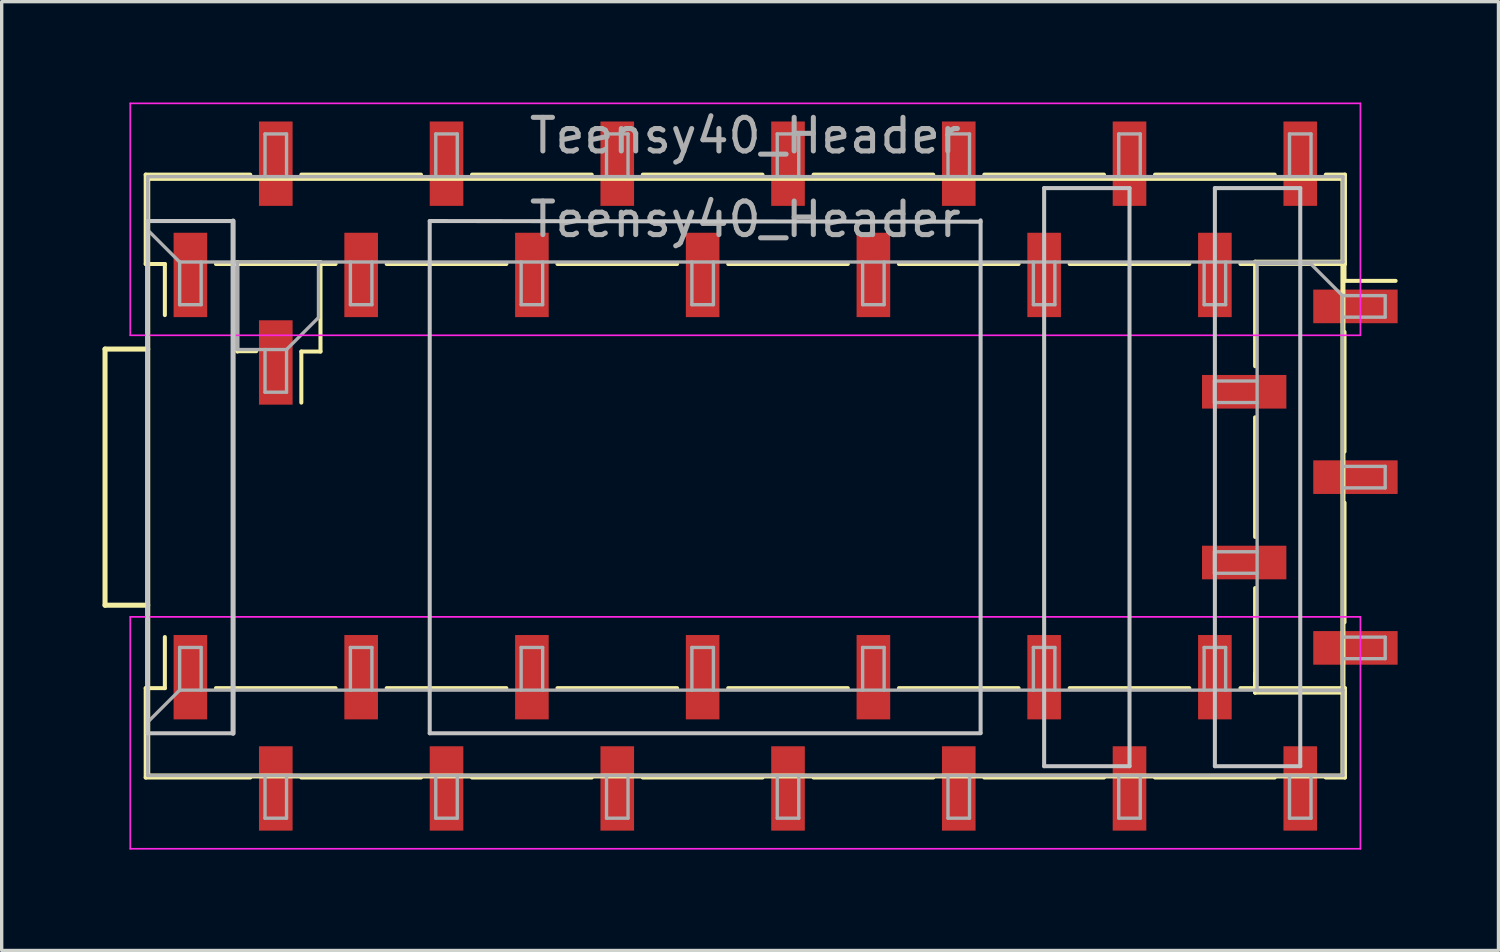
<source format=kicad_pcb>
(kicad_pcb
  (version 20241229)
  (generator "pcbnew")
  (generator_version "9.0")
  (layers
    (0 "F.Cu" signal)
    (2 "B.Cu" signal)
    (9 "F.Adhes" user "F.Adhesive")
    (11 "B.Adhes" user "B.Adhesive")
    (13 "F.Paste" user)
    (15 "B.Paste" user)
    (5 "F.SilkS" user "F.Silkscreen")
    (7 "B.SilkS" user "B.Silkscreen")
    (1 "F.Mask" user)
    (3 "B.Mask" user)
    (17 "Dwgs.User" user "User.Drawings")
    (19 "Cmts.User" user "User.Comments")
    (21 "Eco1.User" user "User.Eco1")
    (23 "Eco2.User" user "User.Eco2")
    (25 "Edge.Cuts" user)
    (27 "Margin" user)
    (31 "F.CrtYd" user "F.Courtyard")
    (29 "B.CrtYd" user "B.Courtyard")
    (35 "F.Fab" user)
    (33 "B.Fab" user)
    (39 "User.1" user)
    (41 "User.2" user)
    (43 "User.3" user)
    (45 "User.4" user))
  (footprint "Teensy40_Header"
    (layer "F.Cu")
    (at 19.125 11.146)
    (property "Reference" "Teensy40_Header" (at 0 -10.16 0) (layer "F.Fab") (effects (font (size 1 1) (thickness 0.15))))
    (attr through_hole)
    (fp_line (start -19.05 -3.81) (end -19.05 3.81) (stroke (width 0.15) (type solid)) (layer "F.SilkS"))
    (fp_line (start -19.05 3.81) (end -17.78 3.81) (stroke (width 0.15) (type solid)) (layer "F.SilkS"))
    (fp_line (start -17.84 -9.001) (end -14.73 -9.001) (stroke (width 0.12) (type solid)) (layer "F.SilkS"))
    (fp_line (start -17.84 -6.341) (end -17.84 -9.001) (stroke (width 0.12) (type solid)) (layer "F.SilkS"))
    (fp_line (start -17.84 -6.341) (end -17.27 -6.341) (stroke (width 0.12) (type solid)) (layer "F.SilkS"))
    (fp_line (start -17.84 6.277) (end -17.27 6.277) (stroke (width 0.12) (type solid)) (layer "F.SilkS"))
    (fp_line (start -17.84 8.937) (end -17.84 6.277) (stroke (width 0.12) (type solid)) (layer "F.SilkS"))
    (fp_line (start -17.84 8.937) (end -14.73 8.937) (stroke (width 0.12) (type solid)) (layer "F.SilkS"))
    (fp_line (start -17.78 -8.89) (end -17.78 8.89) (stroke (width 0.15) (type solid)) (layer "F.SilkS"))
    (fp_line (start -17.78 -3.81) (end -19.05 -3.81) (stroke (width 0.15) (type solid)) (layer "F.SilkS"))
    (fp_line (start -17.78 8.89) (end 17.78 8.89) (stroke (width 0.15) (type solid)) (layer "F.SilkS"))
    (fp_line (start -17.27 -6.341) (end -17.27 -4.821) (stroke (width 0.12) (type solid)) (layer "F.SilkS"))
    (fp_line (start -17.27 6.277) (end -17.27 4.757) (stroke (width 0.12) (type solid)) (layer "F.SilkS"))
    (fp_line (start -15.75 -6.341) (end -12.19 -6.341) (stroke (width 0.12) (type solid)) (layer "F.SilkS"))
    (fp_line (start -15.75 6.277) (end -12.19 6.277) (stroke (width 0.12) (type solid)) (layer "F.SilkS"))
    (fp_line (start -15.113 -3.737) (end -15.113 -6.397) (stroke (width 0.12) (type solid)) (layer "F.SilkS"))
    (fp_line (start -14.552 -3.747) (end -15.113 -3.747) (stroke (width 0.12) (type solid)) (layer "F.SilkS"))
    (fp_line (start -13.21 -9.001) (end -9.65 -9.001) (stroke (width 0.12) (type solid)) (layer "F.SilkS"))
    (fp_line (start -13.21 -3.737) (end -13.21 -2.217) (stroke (width 0.12) (type solid)) (layer "F.SilkS"))
    (fp_line (start -13.21 8.937) (end -9.65 8.937) (stroke (width 0.12) (type solid)) (layer "F.SilkS"))
    (fp_line (start -12.64 -6.397) (end -15.138 -6.388) (stroke (width 0.12) (type solid)) (layer "F.SilkS"))
    (fp_line (start -12.64 -3.737) (end -13.21 -3.737) (stroke (width 0.12) (type solid)) (layer "F.SilkS"))
    (fp_line (start -12.64 -3.737) (end -12.64 -6.397) (stroke (width 0.12) (type solid)) (layer "F.SilkS"))
    (fp_line (start -10.67 -6.341) (end -7.11 -6.341) (stroke (width 0.12) (type solid)) (layer "F.SilkS"))
    (fp_line (start -10.67 6.277) (end -7.11 6.277) (stroke (width 0.12) (type solid)) (layer "F.SilkS"))
    (fp_line (start -8.13 -9.001) (end -4.57 -9.001) (stroke (width 0.12) (type solid)) (layer "F.SilkS"))
    (fp_line (start -8.13 8.937) (end -4.57 8.937) (stroke (width 0.12) (type solid)) (layer "F.SilkS"))
    (fp_line (start -5.59 -6.341) (end -2.03 -6.341) (stroke (width 0.12) (type solid)) (layer "F.SilkS"))
    (fp_line (start -5.59 6.277) (end -2.03 6.277) (stroke (width 0.12) (type solid)) (layer "F.SilkS"))
    (fp_line (start -3.05 -9.001) (end 0.51 -9.001) (stroke (width 0.12) (type solid)) (layer "F.SilkS"))
    (fp_line (start -3.05 8.937) (end 0.51 8.937) (stroke (width 0.12) (type solid)) (layer "F.SilkS"))
    (fp_line (start -0.51 -6.341) (end 3.05 -6.341) (stroke (width 0.12) (type solid)) (layer "F.SilkS"))
    (fp_line (start -0.51 6.277) (end 3.05 6.277) (stroke (width 0.12) (type solid)) (layer "F.SilkS"))
    (fp_line (start 2.03 -9.001) (end 5.59 -9.001) (stroke (width 0.12) (type solid)) (layer "F.SilkS"))
    (fp_line (start 2.03 8.937) (end 5.59 8.937) (stroke (width 0.12) (type solid)) (layer "F.SilkS"))
    (fp_line (start 4.57 -6.341) (end 8.13 -6.341) (stroke (width 0.12) (type solid)) (layer "F.SilkS"))
    (fp_line (start 4.57 6.277) (end 8.13 6.277) (stroke (width 0.12) (type solid)) (layer "F.SilkS"))
    (fp_line (start 7.11 -9.001) (end 10.67 -9.001) (stroke (width 0.12) (type solid)) (layer "F.SilkS"))
    (fp_line (start 7.11 8.937) (end 10.67 8.937) (stroke (width 0.12) (type solid)) (layer "F.SilkS"))
    (fp_line (start 9.65 -6.341) (end 13.21 -6.341) (stroke (width 0.12) (type solid)) (layer "F.SilkS"))
    (fp_line (start 9.65 6.277) (end 13.21 6.277) (stroke (width 0.12) (type solid)) (layer "F.SilkS"))
    (fp_line (start 12.19 -9.001) (end 15.75 -9.001) (stroke (width 0.12) (type solid)) (layer "F.SilkS"))
    (fp_line (start 12.19 8.937) (end 15.75 8.937) (stroke (width 0.12) (type solid)) (layer "F.SilkS"))
    (fp_line (start 14.73 -6.341) (end 17.84 -6.341) (stroke (width 0.12) (type solid)) (layer "F.SilkS"))
    (fp_line (start 14.73 6.277) (end 17.84 6.277) (stroke (width 0.12) (type solid)) (layer "F.SilkS"))
    (fp_line (start 15.167 -6.41) (end 15.167 -3.3) (stroke (width 0.12) (type solid)) (layer "F.SilkS"))
    (fp_line (start 15.167 -6.41) (end 17.827 -6.41) (stroke (width 0.12) (type solid)) (layer "F.SilkS"))
    (fp_line (start 15.167 -1.78) (end 15.167 1.78) (stroke (width 0.12) (type solid)) (layer "F.SilkS"))
    (fp_line (start 15.167 3.3) (end 15.167 6.41) (stroke (width 0.12) (type solid)) (layer "F.SilkS"))
    (fp_line (start 15.167 5.84) (end 15.167 6.41) (stroke (width 0.12) (type solid)) (layer "F.SilkS"))
    (fp_line (start 15.167 6.41) (end 17.827 6.41) (stroke (width 0.12) (type solid)) (layer "F.SilkS"))
    (fp_line (start 17.27 -9.001) (end 17.84 -9.001) (stroke (width 0.12) (type solid)) (layer "F.SilkS"))
    (fp_line (start 17.27 8.937) (end 17.84 8.937) (stroke (width 0.12) (type solid)) (layer "F.SilkS"))
    (fp_line (start 17.78 -8.89) (end -17.78 -8.89) (stroke (width 0.15) (type solid)) (layer "F.SilkS"))
    (fp_line (start 17.78 8.89) (end 17.78 -8.89) (stroke (width 0.15) (type solid)) (layer "F.SilkS"))
    (fp_line (start 17.827 -6.41) (end 17.827 -5.84) (stroke (width 0.12) (type solid)) (layer "F.SilkS"))
    (fp_line (start 17.827 -5.84) (end 19.347 -5.84) (stroke (width 0.12) (type solid)) (layer "F.SilkS"))
    (fp_line (start 17.827 -4.32) (end 17.827 -0.76) (stroke (width 0.12) (type solid)) (layer "F.SilkS"))
    (fp_line (start 17.827 0.76) (end 17.827 4.32) (stroke (width 0.12) (type solid)) (layer "F.SilkS"))
    (fp_line (start 17.84 -6.341) (end 17.84 -9.001) (stroke (width 0.12) (type solid)) (layer "F.SilkS"))
    (fp_line (start 17.84 8.937) (end 17.84 6.277) (stroke (width 0.12) (type solid)) (layer "F.SilkS"))
    (fp_line (start -17.78 -7.62) (end -17.78 7.62) (stroke (width 0.12) (type solid)) (layer "Dwgs.User"))
    (fp_line (start -17.78 -7.62) (end -15.24 -7.62) (stroke (width 0.12) (type solid)) (layer "Dwgs.User"))
    (fp_line (start -17.78 7.62) (end -15.24 7.62) (stroke (width 0.12) (type solid)) (layer "Dwgs.User"))
    (fp_line (start -15.24 -7.62) (end -15.24 7.62) (stroke (width 0.15) (type solid)) (layer "Dwgs.User"))
    (fp_line (start -9.39 -7.62) (end -9.39 7.62) (stroke (width 0.12) (type solid)) (layer "Dwgs.User"))
    (fp_line (start -9.39 -7.62) (end 7 -7.6) (stroke (width 0.12) (type solid)) (layer "Dwgs.User"))
    (fp_line (start -9.39 7.62) (end 7 7.62) (stroke (width 0.12) (type solid)) (layer "Dwgs.User"))
    (fp_line (start 7 -7.64) (end 7 7.6) (stroke (width 0.12) (type solid)) (layer "Dwgs.User"))
    (fp_line (start 8.89 -8.6) (end 8.89 8.6) (stroke (width 0.12) (type solid)) (layer "Dwgs.User"))
    (fp_line (start 8.89 8.6) (end 11.43 8.6) (stroke (width 0.12) (type solid)) (layer "Dwgs.User"))
    (fp_line (start 11.43 -8.6) (end 8.89 -8.6) (stroke (width 0.12) (type solid)) (layer "Dwgs.User"))
    (fp_line (start 11.43 8.6) (end 11.43 -8.6) (stroke (width 0.12) (type solid)) (layer "Dwgs.User"))
    (fp_line (start 13.97 -8.6) (end 16.51 -8.6) (stroke (width 0.12) (type solid)) (layer "Dwgs.User"))
    (fp_line (start 13.97 8.6) (end 13.97 -8.6) (stroke (width 0.12) (type solid)) (layer "Dwgs.User"))
    (fp_line (start 16.51 -8.6) (end 16.51 8.6) (stroke (width 0.12) (type solid)) (layer "Dwgs.User"))
    (fp_line (start 16.51 8.6) (end 13.97 8.6) (stroke (width 0.12) (type solid)) (layer "Dwgs.User"))
    (fp_line (start -18.3 -11.121) (end -18.3 -4.221) (stroke (width 0.05) (type solid)) (layer "F.CrtYd"))
    (fp_line (start -18.3 -4.221) (end 18.3 -4.221) (stroke (width 0.05) (type solid)) (layer "F.CrtYd"))
    (fp_line (start -18.3 4.157) (end -18.3 11.057) (stroke (width 0.05) (type solid)) (layer "F.CrtYd"))
    (fp_line (start -18.3 11.057) (end 18.3 11.057) (stroke (width 0.05) (type solid)) (layer "F.CrtYd"))
    (fp_line (start 18.3 -11.121) (end -18.3 -11.121) (stroke (width 0.05) (type solid)) (layer "F.CrtYd"))
    (fp_line (start 18.3 -4.221) (end 18.3 -11.121) (stroke (width 0.05) (type solid)) (layer "F.CrtYd"))
    (fp_line (start 18.3 4.157) (end -18.3 4.157) (stroke (width 0.05) (type solid)) (layer "F.CrtYd"))
    (fp_line (start 18.3 11.057) (end 18.3 4.157) (stroke (width 0.05) (type solid)) (layer "F.CrtYd"))
    (fp_line (start -17.78 -8.941) (end 17.78 -8.941) (stroke (width 0.1) (type solid)) (layer "F.Fab"))
    (fp_line (start -17.78 -7.351) (end -17.78 -8.941) (stroke (width 0.1) (type solid)) (layer "F.Fab"))
    (fp_line (start -17.78 8.877) (end -17.78 7.287) (stroke (width 0.1) (type solid)) (layer "F.Fab"))
    (fp_line (start -17.78 8.877) (end 17.78 8.877) (stroke (width 0.1) (type solid)) (layer "F.Fab"))
    (fp_line (start -16.83 -6.401) (end -17.78 -7.351) (stroke (width 0.1) (type solid)) (layer "F.Fab"))
    (fp_line (start -16.83 -6.401) (end -16.83 -5.131) (stroke (width 0.1) (type solid)) (layer "F.Fab"))
    (fp_line (start -16.83 -5.131) (end -16.19 -5.131) (stroke (width 0.1) (type solid)) (layer "F.Fab"))
    (fp_line (start -16.83 5.067) (end -16.19 5.067) (stroke (width 0.1) (type solid)) (layer "F.Fab"))
    (fp_line (start -16.83 6.337) (end -17.78 7.287) (stroke (width 0.1) (type solid)) (layer "F.Fab"))
    (fp_line (start -16.83 6.337) (end -16.83 5.067) (stroke (width 0.1) (type solid)) (layer "F.Fab"))
    (fp_line (start -16.19 -5.131) (end -16.19 -6.401) (stroke (width 0.1) (type solid)) (layer "F.Fab"))
    (fp_line (start -16.19 5.067) (end -16.19 6.337) (stroke (width 0.1) (type solid)) (layer "F.Fab"))
    (fp_line (start -15.113 -6.363) (end -15.113 -3.823) (stroke (width 0.1) (type solid)) (layer "F.Fab"))
    (fp_line (start -15.113 -3.797) (end -13.65 -3.797) (stroke (width 0.1) (type solid)) (layer "F.Fab"))
    (fp_line (start -14.29 -10.211) (end -13.65 -10.211) (stroke (width 0.1) (type solid)) (layer "F.Fab"))
    (fp_line (start -14.29 -8.941) (end -14.29 -10.211) (stroke (width 0.1) (type solid)) (layer "F.Fab"))
    (fp_line (start -14.29 -2.527) (end -14.29 -3.797) (stroke (width 0.1) (type solid)) (layer "F.Fab"))
    (fp_line (start -14.29 8.877) (end -14.29 10.147) (stroke (width 0.1) (type solid)) (layer "F.Fab"))
    (fp_line (start -14.29 10.147) (end -13.65 10.147) (stroke (width 0.1) (type solid)) (layer "F.Fab"))
    (fp_line (start -13.65 -10.211) (end -13.65 -8.941) (stroke (width 0.1) (type solid)) (layer "F.Fab"))
    (fp_line (start -13.65 -3.797) (end -13.65 -2.527) (stroke (width 0.1) (type solid)) (layer "F.Fab"))
    (fp_line (start -13.65 -3.797) (end -12.7 -4.747) (stroke (width 0.1) (type solid)) (layer "F.Fab"))
    (fp_line (start -13.65 -2.527) (end -14.29 -2.527) (stroke (width 0.1) (type solid)) (layer "F.Fab"))
    (fp_line (start -13.65 10.147) (end -13.65 8.877) (stroke (width 0.1) (type solid)) (layer "F.Fab"))
    (fp_line (start -12.7 -4.747) (end -12.7 -6.337) (stroke (width 0.1) (type solid)) (layer "F.Fab"))
    (fp_line (start -11.75 -6.401) (end -11.75 -5.131) (stroke (width 0.1) (type solid)) (layer "F.Fab"))
    (fp_line (start -11.75 -5.131) (end -11.11 -5.131) (stroke (width 0.1) (type solid)) (layer "F.Fab"))
    (fp_line (start -11.75 5.067) (end -11.11 5.067) (stroke (width 0.1) (type solid)) (layer "F.Fab"))
    (fp_line (start -11.75 6.337) (end -11.75 5.067) (stroke (width 0.1) (type solid)) (layer "F.Fab"))
    (fp_line (start -11.11 -5.131) (end -11.11 -6.401) (stroke (width 0.1) (type solid)) (layer "F.Fab"))
    (fp_line (start -11.11 5.067) (end -11.11 6.337) (stroke (width 0.1) (type solid)) (layer "F.Fab"))
    (fp_line (start -9.21 -10.211) (end -8.57 -10.211) (stroke (width 0.1) (type solid)) (layer "F.Fab"))
    (fp_line (start -9.21 -8.941) (end -9.21 -10.211) (stroke (width 0.1) (type solid)) (layer "F.Fab"))
    (fp_line (start -9.21 8.877) (end -9.21 10.147) (stroke (width 0.1) (type solid)) (layer "F.Fab"))
    (fp_line (start -9.21 10.147) (end -8.57 10.147) (stroke (width 0.1) (type solid)) (layer "F.Fab"))
    (fp_line (start -8.57 -10.211) (end -8.57 -8.941) (stroke (width 0.1) (type solid)) (layer "F.Fab"))
    (fp_line (start -8.57 10.147) (end -8.57 8.877) (stroke (width 0.1) (type solid)) (layer "F.Fab"))
    (fp_line (start -6.67 -6.401) (end -6.67 -5.131) (stroke (width 0.1) (type solid)) (layer "F.Fab"))
    (fp_line (start -6.67 -5.131) (end -6.03 -5.131) (stroke (width 0.1) (type solid)) (layer "F.Fab"))
    (fp_line (start -6.67 5.067) (end -6.03 5.067) (stroke (width 0.1) (type solid)) (layer "F.Fab"))
    (fp_line (start -6.67 6.337) (end -6.67 5.067) (stroke (width 0.1) (type solid)) (layer "F.Fab"))
    (fp_line (start -6.03 -5.131) (end -6.03 -6.401) (stroke (width 0.1) (type solid)) (layer "F.Fab"))
    (fp_line (start -6.03 5.067) (end -6.03 6.337) (stroke (width 0.1) (type solid)) (layer "F.Fab"))
    (fp_line (start -4.13 -10.211) (end -3.49 -10.211) (stroke (width 0.1) (type solid)) (layer "F.Fab"))
    (fp_line (start -4.13 -8.941) (end -4.13 -10.211) (stroke (width 0.1) (type solid)) (layer "F.Fab"))
    (fp_line (start -4.13 8.877) (end -4.13 10.147) (stroke (width 0.1) (type solid)) (layer "F.Fab"))
    (fp_line (start -4.13 10.147) (end -3.49 10.147) (stroke (width 0.1) (type solid)) (layer "F.Fab"))
    (fp_line (start -3.49 -10.211) (end -3.49 -8.941) (stroke (width 0.1) (type solid)) (layer "F.Fab"))
    (fp_line (start -3.49 10.147) (end -3.49 8.877) (stroke (width 0.1) (type solid)) (layer "F.Fab"))
    (fp_line (start -1.59 -6.401) (end -1.59 -5.131) (stroke (width 0.1) (type solid)) (layer "F.Fab"))
    (fp_line (start -1.59 -5.131) (end -0.95 -5.131) (stroke (width 0.1) (type solid)) (layer "F.Fab"))
    (fp_line (start -1.59 5.067) (end -0.95 5.067) (stroke (width 0.1) (type solid)) (layer "F.Fab"))
    (fp_line (start -1.59 6.337) (end -1.59 5.067) (stroke (width 0.1) (type solid)) (layer "F.Fab"))
    (fp_line (start -0.95 -5.131) (end -0.95 -6.401) (stroke (width 0.1) (type solid)) (layer "F.Fab"))
    (fp_line (start -0.95 5.067) (end -0.95 6.337) (stroke (width 0.1) (type solid)) (layer "F.Fab"))
    (fp_line (start 0.95 -10.211) (end 1.59 -10.211) (stroke (width 0.1) (type solid)) (layer "F.Fab"))
    (fp_line (start 0.95 -8.941) (end 0.95 -10.211) (stroke (width 0.1) (type solid)) (layer "F.Fab"))
    (fp_line (start 0.95 8.877) (end 0.95 10.147) (stroke (width 0.1) (type solid)) (layer "F.Fab"))
    (fp_line (start 0.95 10.147) (end 1.59 10.147) (stroke (width 0.1) (type solid)) (layer "F.Fab"))
    (fp_line (start 1.59 -10.211) (end 1.59 -8.941) (stroke (width 0.1) (type solid)) (layer "F.Fab"))
    (fp_line (start 1.59 10.147) (end 1.59 8.877) (stroke (width 0.1) (type solid)) (layer "F.Fab"))
    (fp_line (start 3.49 -6.401) (end 3.49 -5.131) (stroke (width 0.1) (type solid)) (layer "F.Fab"))
    (fp_line (start 3.49 -5.131) (end 4.13 -5.131) (stroke (width 0.1) (type solid)) (layer "F.Fab"))
    (fp_line (start 3.49 5.067) (end 4.13 5.067) (stroke (width 0.1) (type solid)) (layer "F.Fab"))
    (fp_line (start 3.49 6.337) (end 3.49 5.067) (stroke (width 0.1) (type solid)) (layer "F.Fab"))
    (fp_line (start 4.13 -5.131) (end 4.13 -6.401) (stroke (width 0.1) (type solid)) (layer "F.Fab"))
    (fp_line (start 4.13 5.067) (end 4.13 6.337) (stroke (width 0.1) (type solid)) (layer "F.Fab"))
    (fp_line (start 6.03 -10.211) (end 6.67 -10.211) (stroke (width 0.1) (type solid)) (layer "F.Fab"))
    (fp_line (start 6.03 -8.941) (end 6.03 -10.211) (stroke (width 0.1) (type solid)) (layer "F.Fab"))
    (fp_line (start 6.03 8.877) (end 6.03 10.147) (stroke (width 0.1) (type solid)) (layer "F.Fab"))
    (fp_line (start 6.03 10.147) (end 6.67 10.147) (stroke (width 0.1) (type solid)) (layer "F.Fab"))
    (fp_line (start 6.67 -10.211) (end 6.67 -8.941) (stroke (width 0.1) (type solid)) (layer "F.Fab"))
    (fp_line (start 6.67 10.147) (end 6.67 8.877) (stroke (width 0.1) (type solid)) (layer "F.Fab"))
    (fp_line (start 8.57 -6.401) (end 8.57 -5.131) (stroke (width 0.1) (type solid)) (layer "F.Fab"))
    (fp_line (start 8.57 -5.131) (end 9.21 -5.131) (stroke (width 0.1) (type solid)) (layer "F.Fab"))
    (fp_line (start 8.57 5.067) (end 9.21 5.067) (stroke (width 0.1) (type solid)) (layer "F.Fab"))
    (fp_line (start 8.57 6.337) (end 8.57 5.067) (stroke (width 0.1) (type solid)) (layer "F.Fab"))
    (fp_line (start 9.21 -5.131) (end 9.21 -6.401) (stroke (width 0.1) (type solid)) (layer "F.Fab"))
    (fp_line (start 9.21 5.067) (end 9.21 6.337) (stroke (width 0.1) (type solid)) (layer "F.Fab"))
    (fp_line (start 11.11 -10.211) (end 11.75 -10.211) (stroke (width 0.1) (type solid)) (layer "F.Fab"))
    (fp_line (start 11.11 -8.941) (end 11.11 -10.211) (stroke (width 0.1) (type solid)) (layer "F.Fab"))
    (fp_line (start 11.11 8.877) (end 11.11 10.147) (stroke (width 0.1) (type solid)) (layer "F.Fab"))
    (fp_line (start 11.11 10.147) (end 11.75 10.147) (stroke (width 0.1) (type solid)) (layer "F.Fab"))
    (fp_line (start 11.75 -10.211) (end 11.75 -8.941) (stroke (width 0.1) (type solid)) (layer "F.Fab"))
    (fp_line (start 11.75 10.147) (end 11.75 8.877) (stroke (width 0.1) (type solid)) (layer "F.Fab"))
    (fp_line (start 13.65 -6.401) (end 13.65 -5.131) (stroke (width 0.1) (type solid)) (layer "F.Fab"))
    (fp_line (start 13.65 -5.131) (end 14.29 -5.131) (stroke (width 0.1) (type solid)) (layer "F.Fab"))
    (fp_line (start 13.65 5.067) (end 14.29 5.067) (stroke (width 0.1) (type solid)) (layer "F.Fab"))
    (fp_line (start 13.65 6.337) (end 13.65 5.067) (stroke (width 0.1) (type solid)) (layer "F.Fab"))
    (fp_line (start 13.957 -2.86) (end 13.957 -2.22) (stroke (width 0.1) (type solid)) (layer "F.Fab"))
    (fp_line (start 13.957 -2.22) (end 15.227 -2.22) (stroke (width 0.1) (type solid)) (layer "F.Fab"))
    (fp_line (start 13.957 2.22) (end 13.957 2.86) (stroke (width 0.1) (type solid)) (layer "F.Fab"))
    (fp_line (start 13.957 2.86) (end 15.227 2.86) (stroke (width 0.1) (type solid)) (layer "F.Fab"))
    (fp_line (start 14.29 -5.131) (end 14.29 -6.401) (stroke (width 0.1) (type solid)) (layer "F.Fab"))
    (fp_line (start 14.29 5.067) (end 14.29 6.337) (stroke (width 0.1) (type solid)) (layer "F.Fab"))
    (fp_line (start 15.227 -6.35) (end 15.227 6.35) (stroke (width 0.1) (type solid)) (layer "F.Fab"))
    (fp_line (start 15.227 -6.35) (end 16.817 -6.35) (stroke (width 0.1) (type solid)) (layer "F.Fab"))
    (fp_line (start 15.227 -2.86) (end 13.957 -2.86) (stroke (width 0.1) (type solid)) (layer "F.Fab"))
    (fp_line (start 15.227 2.22) (end 13.957 2.22) (stroke (width 0.1) (type solid)) (layer "F.Fab"))
    (fp_line (start 16.19 -10.211) (end 16.83 -10.211) (stroke (width 0.1) (type solid)) (layer "F.Fab"))
    (fp_line (start 16.19 -8.941) (end 16.19 -10.211) (stroke (width 0.1) (type solid)) (layer "F.Fab"))
    (fp_line (start 16.19 8.877) (end 16.19 10.147) (stroke (width 0.1) (type solid)) (layer "F.Fab"))
    (fp_line (start 16.19 10.147) (end 16.83 10.147) (stroke (width 0.1) (type solid)) (layer "F.Fab"))
    (fp_line (start 16.83 -10.211) (end 16.83 -8.941) (stroke (width 0.1) (type solid)) (layer "F.Fab"))
    (fp_line (start 16.83 10.147) (end 16.83 8.877) (stroke (width 0.1) (type solid)) (layer "F.Fab"))
    (fp_line (start 17.767 -5.4) (end 16.817 -6.35) (stroke (width 0.1) (type solid)) (layer "F.Fab"))
    (fp_line (start 17.767 -5.4) (end 19.037 -5.4) (stroke (width 0.1) (type solid)) (layer "F.Fab"))
    (fp_line (start 17.767 -0.32) (end 19.037 -0.32) (stroke (width 0.1) (type solid)) (layer "F.Fab"))
    (fp_line (start 17.767 4.76) (end 19.037 4.76) (stroke (width 0.1) (type solid)) (layer "F.Fab"))
    (fp_line (start 17.767 6.35) (end 15.227 6.35) (stroke (width 0.1) (type solid)) (layer "F.Fab"))
    (fp_line (start 17.767 6.35) (end 17.767 -5.4) (stroke (width 0.1) (type solid)) (layer "F.Fab"))
    (fp_line (start 17.78 -8.941) (end 17.78 -6.401) (stroke (width 0.1) (type solid)) (layer "F.Fab"))
    (fp_line (start 17.78 -6.401) (end -16.83 -6.401) (stroke (width 0.1) (type solid)) (layer "F.Fab"))
    (fp_line (start 17.78 6.337) (end -16.83 6.337) (stroke (width 0.1) (type solid)) (layer "F.Fab"))
    (fp_line (start 17.78 6.337) (end 17.78 8.877) (stroke (width 0.1) (type solid)) (layer "F.Fab"))
    (fp_line (start 19.037 -5.4) (end 19.037 -4.76) (stroke (width 0.1) (type solid)) (layer "F.Fab"))
    (fp_line (start 19.037 -4.76) (end 17.767 -4.76) (stroke (width 0.1) (type solid)) (layer "F.Fab"))
    (fp_line (start 19.037 -0.32) (end 19.037 0.32) (stroke (width 0.1) (type solid)) (layer "F.Fab"))
    (fp_line (start 19.037 0.32) (end 17.767 0.32) (stroke (width 0.1) (type solid)) (layer "F.Fab"))
    (fp_line (start 19.037 4.76) (end 19.037 5.4) (stroke (width 0.1) (type solid)) (layer "F.Fab"))
    (fp_line (start 19.037 5.4) (end 17.767 5.4) (stroke (width 0.1) (type solid)) (layer "F.Fab"))
    (fp_text user "${REFERENCE}" (at 0 -7.671 180) (layer "F.Fab") (effects (font (size 1 1) (thickness 0.15))))
    (pad "1" smd rect (at -16.51 5.952 90) (size 2.51 1) (layers "F.Cu" "F.Mask" "F.Paste"))
    (pad "2" smd rect (at -13.97 9.262 90) (size 2.51 1) (layers "F.Cu" "F.Mask" "F.Paste"))
    (pad "3" smd rect (at -11.43 5.952 90) (size 2.51 1) (layers "F.Cu" "F.Mask" "F.Paste"))
    (pad "4" smd rect (at -8.89 9.262 90) (size 2.51 1) (layers "F.Cu" "F.Mask" "F.Paste"))
    (pad "5" smd rect (at -6.35 5.952 90) (size 2.51 1) (layers "F.Cu" "F.Mask" "F.Paste"))
    (pad "6" smd rect (at -3.81 9.262 90) (size 2.51 1) (layers "F.Cu" "F.Mask" "F.Paste"))
    (pad "7" smd rect (at -1.27 5.952 90) (size 2.51 1) (layers "F.Cu" "F.Mask" "F.Paste"))
    (pad "8" smd rect (at 1.27 9.262 90) (size 2.51 1) (layers "F.Cu" "F.Mask" "F.Paste"))
    (pad "9" smd rect (at 3.81 5.952 90) (size 2.51 1) (layers "F.Cu" "F.Mask" "F.Paste"))
    (pad "10" smd rect (at 6.35 9.262 90) (size 2.51 1) (layers "F.Cu" "F.Mask" "F.Paste"))
    (pad "11" smd rect (at 8.89 5.952 90) (size 2.51 1) (layers "F.Cu" "F.Mask" "F.Paste"))
    (pad "12" smd rect (at 11.43 9.262 90) (size 2.51 1) (layers "F.Cu" "F.Mask" "F.Paste"))
    (pad "13" smd rect (at 13.97 5.952 90) (size 2.51 1) (layers "F.Cu" "F.Mask" "F.Paste"))
    (pad "14" smd rect (at 16.51 9.262 90) (size 2.51 1) (layers "F.Cu" "F.Mask" "F.Paste"))
    (pad "15" smd rect (at 18.152 5.08) (size 2.51 1) (layers "F.Cu" "F.Mask" "F.Paste"))
    (pad "16" smd rect (at 14.842 2.54) (size 2.51 1) (layers "F.Cu" "F.Mask" "F.Paste"))
    (pad "17" smd rect (at 18.152 0) (size 2.51 1) (layers "F.Cu" "F.Mask" "F.Paste"))
    (pad "18" smd rect (at 14.842 -2.54) (size 2.51 1) (layers "F.Cu" "F.Mask" "F.Paste"))
    (pad "19" smd rect (at 18.152 -5.08) (size 2.51 1) (layers "F.Cu" "F.Mask" "F.Paste"))
    (pad "20" smd rect (at 16.51 -9.326 90) (size 2.51 1) (layers "F.Cu" "F.Mask" "F.Paste"))
    (pad "21" smd rect (at 13.97 -6.016 90) (size 2.51 1) (layers "F.Cu" "F.Mask" "F.Paste"))
    (pad "22" smd rect (at 11.43 -9.326 90) (size 2.51 1) (layers "F.Cu" "F.Mask" "F.Paste"))
    (pad "23" smd rect (at 8.89 -6.016 90) (size 2.51 1) (layers "F.Cu" "F.Mask" "F.Paste"))
    (pad "24" smd rect (at 6.35 -9.326 90) (size 2.51 1) (layers "F.Cu" "F.Mask" "F.Paste"))
    (pad "25" smd rect (at 3.81 -6.016 90) (size 2.51 1) (layers "F.Cu" "F.Mask" "F.Paste"))
    (pad "26" smd rect (at 1.27 -9.326 90) (size 2.51 1) (layers "F.Cu" "F.Mask" "F.Paste"))
    (pad "27" smd rect (at -1.27 -6.016 90) (size 2.51 1) (layers "F.Cu" "F.Mask" "F.Paste"))
    (pad "28" smd rect (at -3.81 -9.326 90) (size 2.51 1) (layers "F.Cu" "F.Mask" "F.Paste"))
    (pad "29" smd rect (at -6.35 -6.016 90) (size 2.51 1) (layers "F.Cu" "F.Mask" "F.Paste"))
    (pad "30" smd rect (at -8.89 -9.326 90) (size 2.51 1) (layers "F.Cu" "F.Mask" "F.Paste"))
    (pad "31" smd rect (at -11.43 -6.016 90) (size 2.51 1) (layers "F.Cu" "F.Mask" "F.Paste"))
    (pad "32" smd rect (at -13.97 -9.326 90) (size 2.51 1) (layers "F.Cu" "F.Mask" "F.Paste"))
    (pad "33" smd rect (at -16.51 -6.016 90) (size 2.51 1) (layers "F.Cu" "F.Mask" "F.Paste"))
    (pad "34" smd rect (at -13.97 -3.412 270) (size 2.51 1) (layers "F.Cu" "F.Mask" "F.Paste")))
  (gr_rect
    (start -3 -3)
    (end 41.532 25.228)
    (stroke (width 0.1) (type default))
    (fill no)
    (layer "Edge.Cuts")))
</source>
